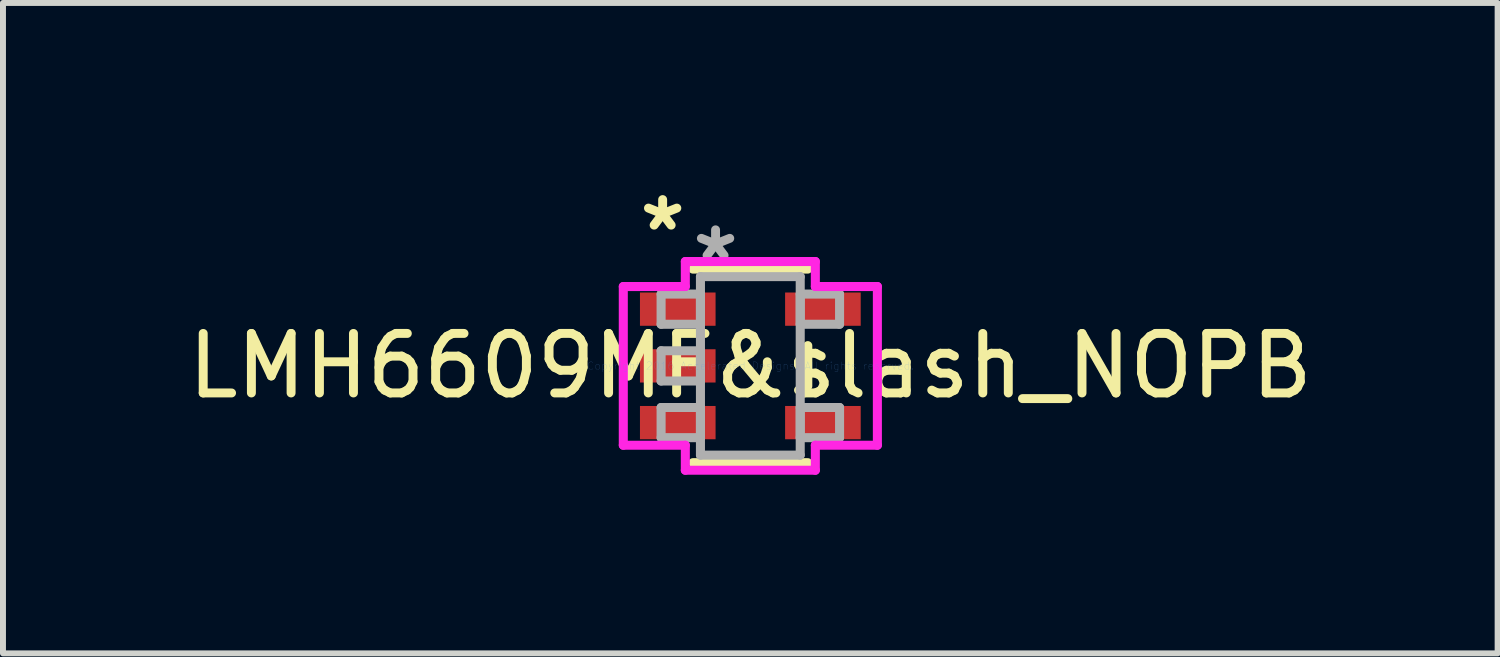
<source format=kicad_pcb>
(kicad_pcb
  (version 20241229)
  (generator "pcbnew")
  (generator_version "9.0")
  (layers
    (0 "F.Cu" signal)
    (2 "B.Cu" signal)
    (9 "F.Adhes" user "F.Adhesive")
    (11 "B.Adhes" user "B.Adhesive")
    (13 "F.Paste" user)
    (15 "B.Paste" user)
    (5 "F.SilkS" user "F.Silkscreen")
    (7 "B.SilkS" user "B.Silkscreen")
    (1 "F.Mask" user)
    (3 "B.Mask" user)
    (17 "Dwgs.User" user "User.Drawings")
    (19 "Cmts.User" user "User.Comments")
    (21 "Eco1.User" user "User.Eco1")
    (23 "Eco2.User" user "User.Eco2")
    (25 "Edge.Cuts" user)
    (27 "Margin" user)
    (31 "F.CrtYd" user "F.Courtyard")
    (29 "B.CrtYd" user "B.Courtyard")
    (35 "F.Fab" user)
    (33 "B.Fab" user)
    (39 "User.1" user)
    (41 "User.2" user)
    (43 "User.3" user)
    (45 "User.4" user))
  (footprint "LMH6609MF&slash_NOPB"
    (layer "F.Cu")
    (at 9.554 3.096)
    (property "Reference" "LMH6609MF&slash_NOPB" (at 0 0 0) (layer "F.SilkS") (effects (font (size 1 1) (thickness 0.15))))
    (attr through_hole)
    (fp_line (start -0.965 1.626) (end 0.965 1.626) (stroke (width 0.152) (type solid)) (layer "F.SilkS"))
    (fp_line (start 0.965 -1.626) (end -0.965 -1.626) (stroke (width 0.152) (type solid)) (layer "F.SilkS"))
    (fp_line (start 0.965 0.34) (end 0.965 -0.34) (stroke (width 0.152) (type solid)) (layer "F.SilkS"))
    (fp_line (start -2.134 -1.333) (end -1.092 -1.333) (stroke (width 0.152) (type solid)) (layer "F.CrtYd"))
    (fp_line (start -2.134 1.333) (end -2.134 -1.333) (stroke (width 0.152) (type solid)) (layer "F.CrtYd"))
    (fp_line (start -1.092 -1.753) (end 1.092 -1.753) (stroke (width 0.152) (type solid)) (layer "F.CrtYd"))
    (fp_line (start -1.092 -1.333) (end -1.092 -1.753) (stroke (width 0.152) (type solid)) (layer "F.CrtYd"))
    (fp_line (start -1.092 1.333) (end -2.134 1.333) (stroke (width 0.152) (type solid)) (layer "F.CrtYd"))
    (fp_line (start -1.092 1.753) (end -1.092 1.333) (stroke (width 0.152) (type solid)) (layer "F.CrtYd"))
    (fp_line (start 1.092 -1.753) (end 1.092 -1.333) (stroke (width 0.152) (type solid)) (layer "F.CrtYd"))
    (fp_line (start 1.092 -1.333) (end 2.134 -1.333) (stroke (width 0.152) (type solid)) (layer "F.CrtYd"))
    (fp_line (start 1.092 1.333) (end 1.092 1.753) (stroke (width 0.152) (type solid)) (layer "F.CrtYd"))
    (fp_line (start 1.092 1.753) (end -1.092 1.753) (stroke (width 0.152) (type solid)) (layer "F.CrtYd"))
    (fp_line (start 2.134 -1.333) (end 2.134 1.333) (stroke (width 0.152) (type solid)) (layer "F.CrtYd"))
    (fp_line (start 2.134 1.333) (end 1.092 1.333) (stroke (width 0.152) (type solid)) (layer "F.CrtYd"))
    (fp_line (start -1.499 -1.206) (end -1.499 -0.699) (stroke (width 0.152) (type solid)) (layer "F.Fab"))
    (fp_line (start -1.499 -0.699) (end -0.838 -0.699) (stroke (width 0.152) (type solid)) (layer "F.Fab"))
    (fp_line (start -1.499 -0.254) (end -1.499 0.254) (stroke (width 0.152) (type solid)) (layer "F.Fab"))
    (fp_line (start -1.499 0.254) (end -0.838 0.254) (stroke (width 0.152) (type solid)) (layer "F.Fab"))
    (fp_line (start -1.499 0.699) (end -1.499 1.206) (stroke (width 0.152) (type solid)) (layer "F.Fab"))
    (fp_line (start -1.499 1.206) (end -0.838 1.206) (stroke (width 0.152) (type solid)) (layer "F.Fab"))
    (fp_line (start -0.838 -1.499) (end -0.838 1.499) (stroke (width 0.152) (type solid)) (layer "F.Fab"))
    (fp_line (start -0.838 -1.206) (end -1.499 -1.206) (stroke (width 0.152) (type solid)) (layer "F.Fab"))
    (fp_line (start -0.838 -0.699) (end -0.838 -1.206) (stroke (width 0.152) (type solid)) (layer "F.Fab"))
    (fp_line (start -0.838 -0.254) (end -1.499 -0.254) (stroke (width 0.152) (type solid)) (layer "F.Fab"))
    (fp_line (start -0.838 0.254) (end -0.838 -0.254) (stroke (width 0.152) (type solid)) (layer "F.Fab"))
    (fp_line (start -0.838 0.699) (end -1.499 0.699) (stroke (width 0.152) (type solid)) (layer "F.Fab"))
    (fp_line (start -0.838 1.206) (end -0.838 0.699) (stroke (width 0.152) (type solid)) (layer "F.Fab"))
    (fp_line (start -0.838 1.499) (end 0.838 1.499) (stroke (width 0.152) (type solid)) (layer "F.Fab"))
    (fp_line (start 0.838 -1.499) (end -0.838 -1.499) (stroke (width 0.152) (type solid)) (layer "F.Fab"))
    (fp_line (start 0.838 -1.206) (end 0.838 -0.699) (stroke (width 0.152) (type solid)) (layer "F.Fab"))
    (fp_line (start 0.838 -0.699) (end 1.499 -0.699) (stroke (width 0.152) (type solid)) (layer "F.Fab"))
    (fp_line (start 0.838 0.699) (end 0.838 1.206) (stroke (width 0.152) (type solid)) (layer "F.Fab"))
    (fp_line (start 0.838 1.206) (end 1.499 1.206) (stroke (width 0.152) (type solid)) (layer "F.Fab"))
    (fp_line (start 0.838 1.499) (end 0.838 -1.499) (stroke (width 0.152) (type solid)) (layer "F.Fab"))
    (fp_line (start 1.499 -1.206) (end 0.838 -1.206) (stroke (width 0.152) (type solid)) (layer "F.Fab"))
    (fp_line (start 1.499 -0.699) (end 1.499 -1.206) (stroke (width 0.152) (type solid)) (layer "F.Fab"))
    (fp_line (start 1.499 0.699) (end 0.838 0.699) (stroke (width 0.152) (type solid)) (layer "F.Fab"))
    (fp_line (start 1.499 1.206) (end 1.499 0.699) (stroke (width 0.152) (type solid)) (layer "F.Fab"))
    (fp_text user "*" (at -1.473 -2.248 0) (layer "F.SilkS") (effects (font (size 1 1) (thickness 0.15))))
    (fp_text user "Copyright 2016 Accelerated Designs. All rights reserved." (at 0 0 0) (layer "Cmts.User") (effects (font (size 0.127 0.127) (thickness 0.002))))
    (fp_text user "*" (at -0.584 -1.74 0) (layer "F.Fab") (effects (font (size 1 1) (thickness 0.15))))
    (pad "1" smd rect (at -1.219 -0.953) (size 1.27 0.559) (layers "F.Cu" "F.Mask" "F.Paste"))
    (pad "2" smd rect (at -1.219 0) (size 1.27 0.559) (layers "F.Cu" "F.Mask" "F.Paste"))
    (pad "3" smd rect (at -1.219 0.953) (size 1.27 0.559) (layers "F.Cu" "F.Mask" "F.Paste"))
    (pad "4" smd rect (at 1.219 0.953) (size 1.27 0.559) (layers "F.Cu" "F.Mask" "F.Paste"))
    (pad "5" smd rect (at 1.219 -0.953) (size 1.27 0.559) (layers "F.Cu" "F.Mask" "F.Paste")))
  (gr_rect
    (start -3 -3)
    (end 22.107 7.925)
    (stroke (width 0.1) (type default))
    (fill no)
    (layer "Edge.Cuts")))
</source>
